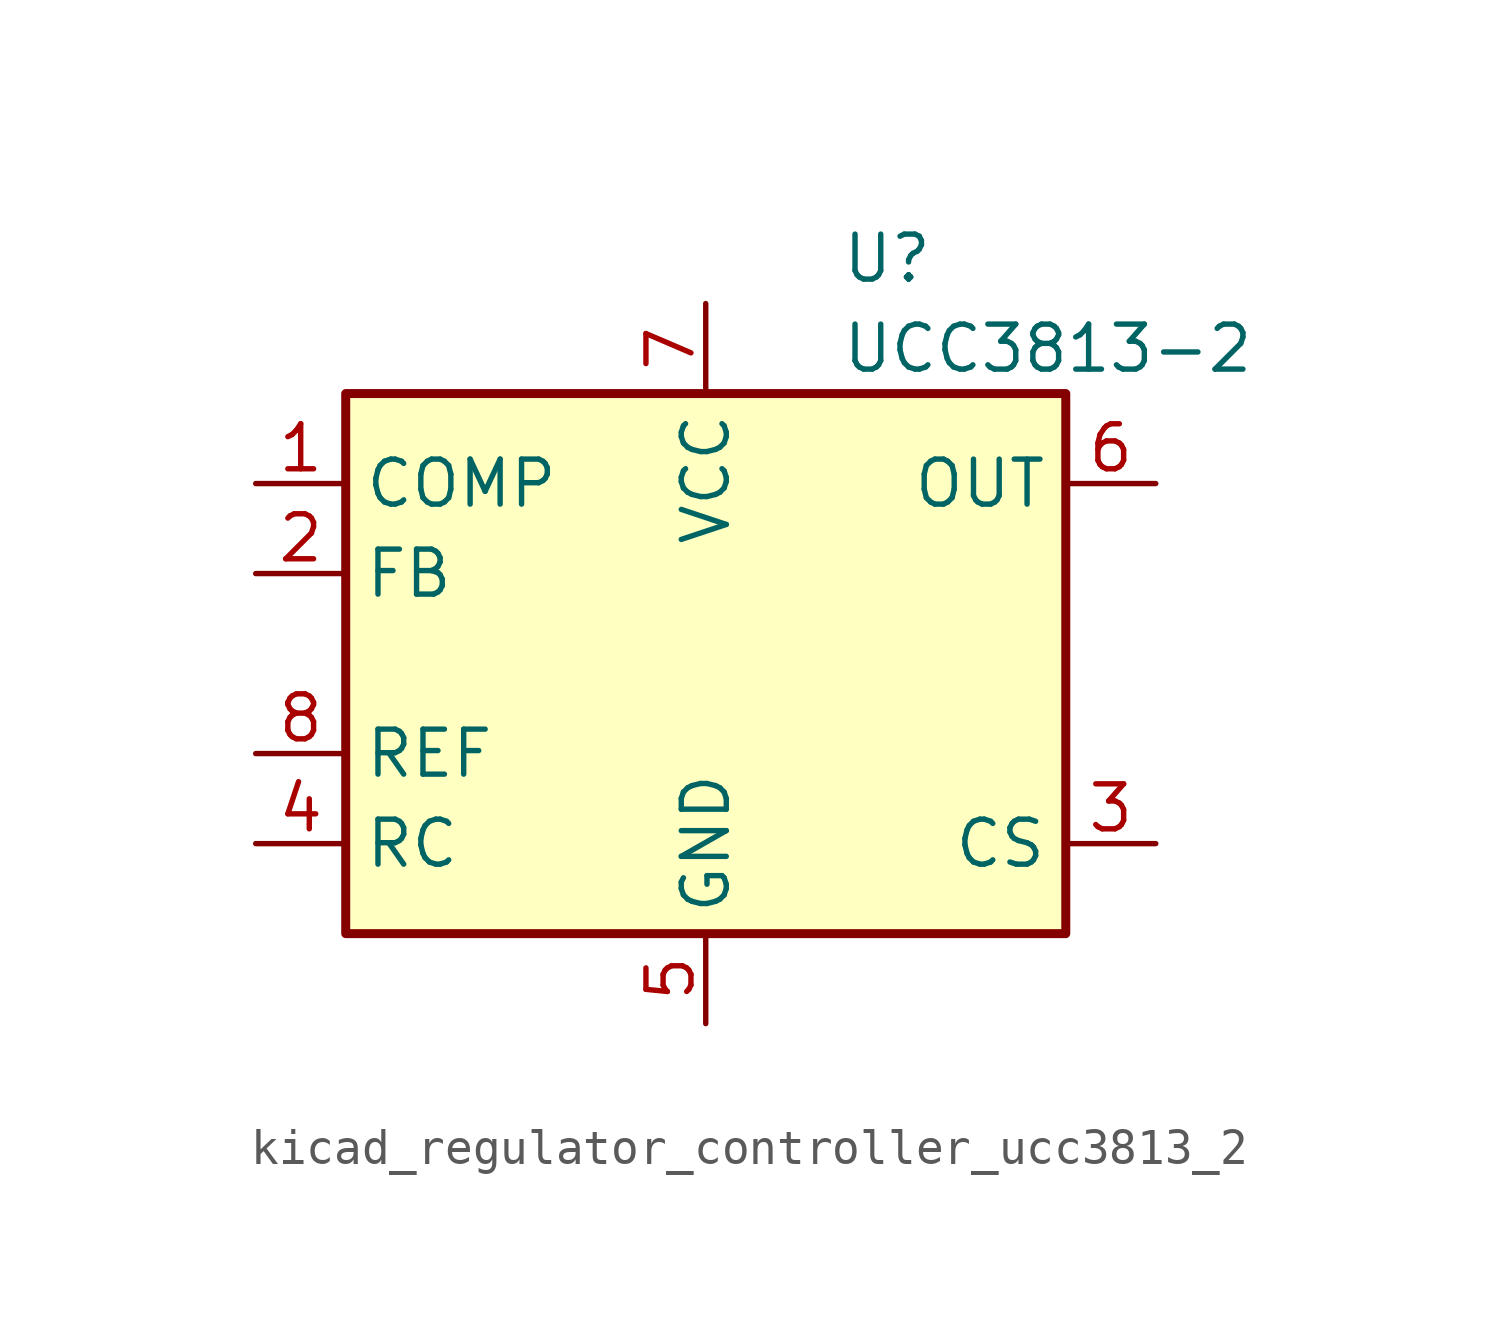
<source format=kicad_sym>
(kicad_symbol_lib
  (version 20220914)
  (generator kicad_symbol_editor)
  (symbol "kicad_regulator_controller_ucc3813_2"
    (property "Reference" "U"
      (at 3.81 11.43 0)
      (effects (font (size 1.27 1.27)) (justify left)))
    (property "Value" "UCC3813-2"
      (at 3.81 8.89 0)
      (effects (font (size 1.27 1.27)) (justify left)))
    (symbol "kicad_regulator_controller_ucc3813_2_0_1"
      (rectangle (start -10.16 -7.62) (end 10.16 7.62) (stroke (width 0.254) (type default)) (fill (type background))))
    (symbol "kicad_regulator_controller_ucc3813_2_1_1"
      (pin passive line (at -12.7 5.08 0) (length 2.54) (name "COMP" (effects (font (size 1.27 1.27)))) (number "1" (effects (font (size 1.27 1.27)))))
      (pin input line (at -12.7 2.54 0) (length 2.54) (name "FB" (effects (font (size 1.27 1.27)))) (number "2" (effects (font (size 1.27 1.27)))))
      (pin input line (at 12.7 -5.08 180) (length 2.54) (name "CS" (effects (font (size 1.27 1.27)))) (number "3" (effects (font (size 1.27 1.27)))))
      (pin passive line (at -12.7 -5.08 0) (length 2.54) (name "RC" (effects (font (size 1.27 1.27)))) (number "4" (effects (font (size 1.27 1.27)))))
      (pin power_in line (at 0 -10.16 90) (length 2.54) (name "GND" (effects (font (size 1.27 1.27)))) (number "5" (effects (font (size 1.27 1.27)))))
      (pin output line (at 12.7 5.08 180) (length 2.54) (name "OUT" (effects (font (size 1.27 1.27)))) (number "6" (effects (font (size 1.27 1.27)))))
      (pin power_in line (at 0 10.16 270) (length 2.54) (name "VCC" (effects (font (size 1.27 1.27)))) (number "7" (effects (font (size 1.27 1.27)))))
      (pin power_in line (at -12.7 -2.54 0) (length 2.54) (name "REF" (effects (font (size 1.27 1.27)))) (number "8" (effects (font (size 1.27 1.27))))))))
</source>
